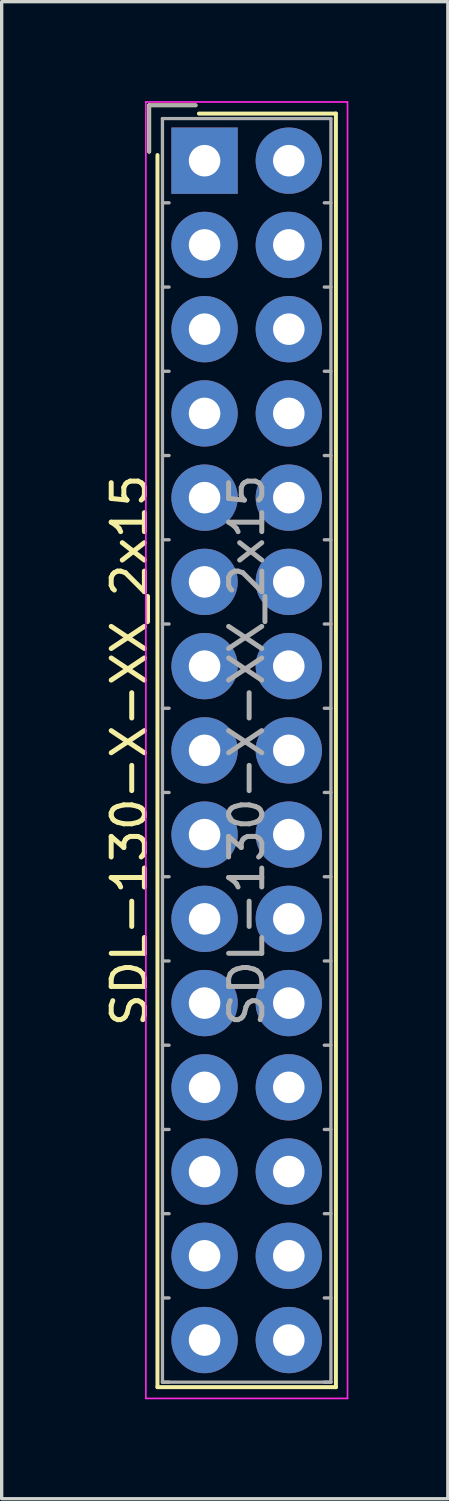
<source format=kicad_pcb>
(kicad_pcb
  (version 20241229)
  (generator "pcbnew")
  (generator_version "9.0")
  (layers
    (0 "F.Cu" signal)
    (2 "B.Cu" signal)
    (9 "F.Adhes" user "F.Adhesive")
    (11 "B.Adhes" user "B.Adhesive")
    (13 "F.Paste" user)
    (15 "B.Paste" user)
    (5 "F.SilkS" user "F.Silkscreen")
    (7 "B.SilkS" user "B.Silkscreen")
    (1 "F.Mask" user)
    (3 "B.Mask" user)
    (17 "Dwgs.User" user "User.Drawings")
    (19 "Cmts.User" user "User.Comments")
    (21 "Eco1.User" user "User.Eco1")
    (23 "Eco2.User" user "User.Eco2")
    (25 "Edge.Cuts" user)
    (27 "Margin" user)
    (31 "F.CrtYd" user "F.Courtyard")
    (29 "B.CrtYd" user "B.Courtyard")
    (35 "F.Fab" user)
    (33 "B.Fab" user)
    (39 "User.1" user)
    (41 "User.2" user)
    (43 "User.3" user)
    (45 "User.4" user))
  (footprint "SDL-130-X-XX_2x15"
    (layer "F.Cu")
    (at 3.118 1.795)
    (property "Reference" "SDL-130-X-XX_2x15" (at -2.27 17.78 90) (layer "F.SilkS") (effects (font (size 1 1) (thickness 0.15))))
    (attr through_hole)
    (fp_line (start -1.67 -1.67) (end -1.67 -0.27) (stroke (width 0.12) (type solid)) (layer "F.SilkS"))
    (fp_line (start -1.42 36.98) (end -1.42 -0.17) (stroke (width 0.12) (type solid)) (layer "F.SilkS"))
    (fp_line (start -0.27 -1.67) (end -1.67 -1.67) (stroke (width 0.12) (type solid)) (layer "F.SilkS"))
    (fp_line (start -0.17 -1.42) (end 3.96 -1.42) (stroke (width 0.12) (type solid)) (layer "F.SilkS"))
    (fp_line (start 3.96 -1.42) (end 3.96 36.98) (stroke (width 0.12) (type solid)) (layer "F.SilkS"))
    (fp_line (start 3.96 36.98) (end -1.42 36.98) (stroke (width 0.12) (type solid)) (layer "F.SilkS"))
    (fp_line (start -1.77 -1.77) (end -1.77 37.32) (stroke (width 0.05) (type solid)) (layer "F.CrtYd"))
    (fp_line (start -1.77 37.32) (end 4.31 37.32) (stroke (width 0.05) (type solid)) (layer "F.CrtYd"))
    (fp_line (start 4.31 -1.77) (end -1.77 -1.77) (stroke (width 0.05) (type solid)) (layer "F.CrtYd"))
    (fp_line (start 4.31 37.32) (end 4.31 -1.77) (stroke (width 0.05) (type solid)) (layer "F.CrtYd"))
    (fp_line (start -1.67 -1.67) (end -1.67 -0.27) (stroke (width 0.1) (type solid)) (layer "F.Fab"))
    (fp_line (start -1.27 -1.27) (end -1.27 36.83) (stroke (width 0.1) (type solid)) (layer "F.Fab"))
    (fp_line (start -1.27 1.27) (end -1.07 1.27) (stroke (width 0.1) (type solid)) (layer "F.Fab"))
    (fp_line (start -1.27 3.81) (end -1.07 3.81) (stroke (width 0.1) (type solid)) (layer "F.Fab"))
    (fp_line (start -1.27 6.35) (end -1.07 6.35) (stroke (width 0.1) (type solid)) (layer "F.Fab"))
    (fp_line (start -1.27 8.89) (end -1.07 8.89) (stroke (width 0.1) (type solid)) (layer "F.Fab"))
    (fp_line (start -1.27 11.43) (end -1.07 11.43) (stroke (width 0.1) (type solid)) (layer "F.Fab"))
    (fp_line (start -1.27 13.97) (end -1.07 13.97) (stroke (width 0.1) (type solid)) (layer "F.Fab"))
    (fp_line (start -1.27 16.51) (end -1.07 16.51) (stroke (width 0.1) (type solid)) (layer "F.Fab"))
    (fp_line (start -1.27 19.05) (end -1.07 19.05) (stroke (width 0.1) (type solid)) (layer "F.Fab"))
    (fp_line (start -1.27 21.59) (end -1.07 21.59) (stroke (width 0.1) (type solid)) (layer "F.Fab"))
    (fp_line (start -1.27 24.13) (end -1.07 24.13) (stroke (width 0.1) (type solid)) (layer "F.Fab"))
    (fp_line (start -1.27 26.67) (end -1.07 26.67) (stroke (width 0.1) (type solid)) (layer "F.Fab"))
    (fp_line (start -1.27 29.21) (end -1.07 29.21) (stroke (width 0.1) (type solid)) (layer "F.Fab"))
    (fp_line (start -1.27 31.75) (end -1.07 31.75) (stroke (width 0.1) (type solid)) (layer "F.Fab"))
    (fp_line (start -1.27 34.29) (end -1.07 34.29) (stroke (width 0.1) (type solid)) (layer "F.Fab"))
    (fp_line (start -1.27 36.83) (end -1.07 36.83) (stroke (width 0.1) (type solid)) (layer "F.Fab"))
    (fp_line (start -1.27 36.83) (end 3.81 36.83) (stroke (width 0.1) (type solid)) (layer "F.Fab"))
    (fp_line (start -0.27 -1.67) (end -1.67 -1.67) (stroke (width 0.1) (type solid)) (layer "F.Fab"))
    (fp_line (start 3.81 -1.27) (end -1.27 -1.27) (stroke (width 0.1) (type solid)) (layer "F.Fab"))
    (fp_line (start 3.81 1.27) (end 3.61 1.27) (stroke (width 0.1) (type solid)) (layer "F.Fab"))
    (fp_line (start 3.81 3.81) (end 3.61 3.81) (stroke (width 0.1) (type solid)) (layer "F.Fab"))
    (fp_line (start 3.81 6.35) (end 3.61 6.35) (stroke (width 0.1) (type solid)) (layer "F.Fab"))
    (fp_line (start 3.81 8.89) (end 3.61 8.89) (stroke (width 0.1) (type solid)) (layer "F.Fab"))
    (fp_line (start 3.81 11.43) (end 3.61 11.43) (stroke (width 0.1) (type solid)) (layer "F.Fab"))
    (fp_line (start 3.81 13.97) (end 3.61 13.97) (stroke (width 0.1) (type solid)) (layer "F.Fab"))
    (fp_line (start 3.81 16.51) (end 3.61 16.51) (stroke (width 0.1) (type solid)) (layer "F.Fab"))
    (fp_line (start 3.81 19.05) (end 3.61 19.05) (stroke (width 0.1) (type solid)) (layer "F.Fab"))
    (fp_line (start 3.81 21.59) (end 3.61 21.59) (stroke (width 0.1) (type solid)) (layer "F.Fab"))
    (fp_line (start 3.81 24.13) (end 3.61 24.13) (stroke (width 0.1) (type solid)) (layer "F.Fab"))
    (fp_line (start 3.81 26.67) (end 3.61 26.67) (stroke (width 0.1) (type solid)) (layer "F.Fab"))
    (fp_line (start 3.81 29.21) (end 3.61 29.21) (stroke (width 0.1) (type solid)) (layer "F.Fab"))
    (fp_line (start 3.81 31.75) (end 3.61 31.75) (stroke (width 0.1) (type solid)) (layer "F.Fab"))
    (fp_line (start 3.81 34.29) (end 3.61 34.29) (stroke (width 0.1) (type solid)) (layer "F.Fab"))
    (fp_line (start 3.81 36.83) (end 3.61 36.83) (stroke (width 0.1) (type solid)) (layer "F.Fab"))
    (fp_line (start 3.81 36.83) (end 3.81 -1.27) (stroke (width 0.1) (type solid)) (layer "F.Fab"))
    (fp_text user "${REFERENCE}" (at 1.27 17.78 90) (layer "F.Fab") (effects (font (size 1 1) (thickness 0.15))))
    (pad "1" thru_hole rect (at 0 0) (size 2 2) (drill 0.95) (layers "*.Cu" "*.Mask"))
    (pad "2" thru_hole circle (at 2.54 0) (size 2 2) (drill 0.95) (layers "*.Cu" "*.Mask"))
    (pad "3" thru_hole circle (at 0 2.54) (size 2 2) (drill 0.95) (layers "*.Cu" "*.Mask"))
    (pad "4" thru_hole circle (at 2.54 2.54) (size 2 2) (drill 0.95) (layers "*.Cu" "*.Mask"))
    (pad "5" thru_hole circle (at 0 5.08) (size 2 2) (drill 0.95) (layers "*.Cu" "*.Mask"))
    (pad "6" thru_hole circle (at 2.54 5.08) (size 2 2) (drill 0.95) (layers "*.Cu" "*.Mask"))
    (pad "7" thru_hole circle (at 0 7.62) (size 2 2) (drill 0.95) (layers "*.Cu" "*.Mask"))
    (pad "8" thru_hole circle (at 2.54 7.62) (size 2 2) (drill 0.95) (layers "*.Cu" "*.Mask"))
    (pad "9" thru_hole circle (at 0 10.16) (size 2 2) (drill 0.95) (layers "*.Cu" "*.Mask"))
    (pad "10" thru_hole circle (at 2.54 10.16) (size 2 2) (drill 0.95) (layers "*.Cu" "*.Mask"))
    (pad "11" thru_hole circle (at 0 12.7) (size 2 2) (drill 0.95) (layers "*.Cu" "*.Mask"))
    (pad "12" thru_hole circle (at 2.54 12.7) (size 2 2) (drill 0.95) (layers "*.Cu" "*.Mask"))
    (pad "13" thru_hole circle (at 0 15.24) (size 2 2) (drill 0.95) (layers "*.Cu" "*.Mask"))
    (pad "14" thru_hole circle (at 2.54 15.24) (size 2 2) (drill 0.95) (layers "*.Cu" "*.Mask"))
    (pad "15" thru_hole circle (at 0 17.78) (size 2 2) (drill 0.95) (layers "*.Cu" "*.Mask"))
    (pad "16" thru_hole circle (at 2.54 17.78) (size 2 2) (drill 0.95) (layers "*.Cu" "*.Mask"))
    (pad "17" thru_hole circle (at 0 20.32) (size 2 2) (drill 0.95) (layers "*.Cu" "*.Mask"))
    (pad "18" thru_hole circle (at 2.54 20.32) (size 2 2) (drill 0.95) (layers "*.Cu" "*.Mask"))
    (pad "19" thru_hole circle (at 0 22.86) (size 2 2) (drill 0.95) (layers "*.Cu" "*.Mask"))
    (pad "20" thru_hole circle (at 2.54 22.86) (size 2 2) (drill 0.95) (layers "*.Cu" "*.Mask"))
    (pad "21" thru_hole circle (at 0 25.4) (size 2 2) (drill 0.95) (layers "*.Cu" "*.Mask"))
    (pad "22" thru_hole circle (at 2.54 25.4) (size 2 2) (drill 0.95) (layers "*.Cu" "*.Mask"))
    (pad "23" thru_hole circle (at 0 27.94) (size 2 2) (drill 0.95) (layers "*.Cu" "*.Mask"))
    (pad "24" thru_hole circle (at 2.54 27.94) (size 2 2) (drill 0.95) (layers "*.Cu" "*.Mask"))
    (pad "25" thru_hole circle (at 0 30.48) (size 2 2) (drill 0.95) (layers "*.Cu" "*.Mask"))
    (pad "26" thru_hole circle (at 2.54 30.48) (size 2 2) (drill 0.95) (layers "*.Cu" "*.Mask"))
    (pad "27" thru_hole circle (at 0 33.02) (size 2 2) (drill 0.95) (layers "*.Cu" "*.Mask"))
    (pad "28" thru_hole circle (at 2.54 33.02) (size 2 2) (drill 0.95) (layers "*.Cu" "*.Mask"))
    (pad "29" thru_hole circle (at 0 35.56) (size 2 2) (drill 0.95) (layers "*.Cu" "*.Mask"))
    (pad "30" thru_hole circle (at 2.54 35.56) (size 2 2) (drill 0.95) (layers "*.Cu" "*.Mask")))
  (gr_rect
    (start -3 -3)
    (end 10.453 42.14)
    (stroke (width 0.1) (type default))
    (fill no)
    (layer "Edge.Cuts")))
</source>
